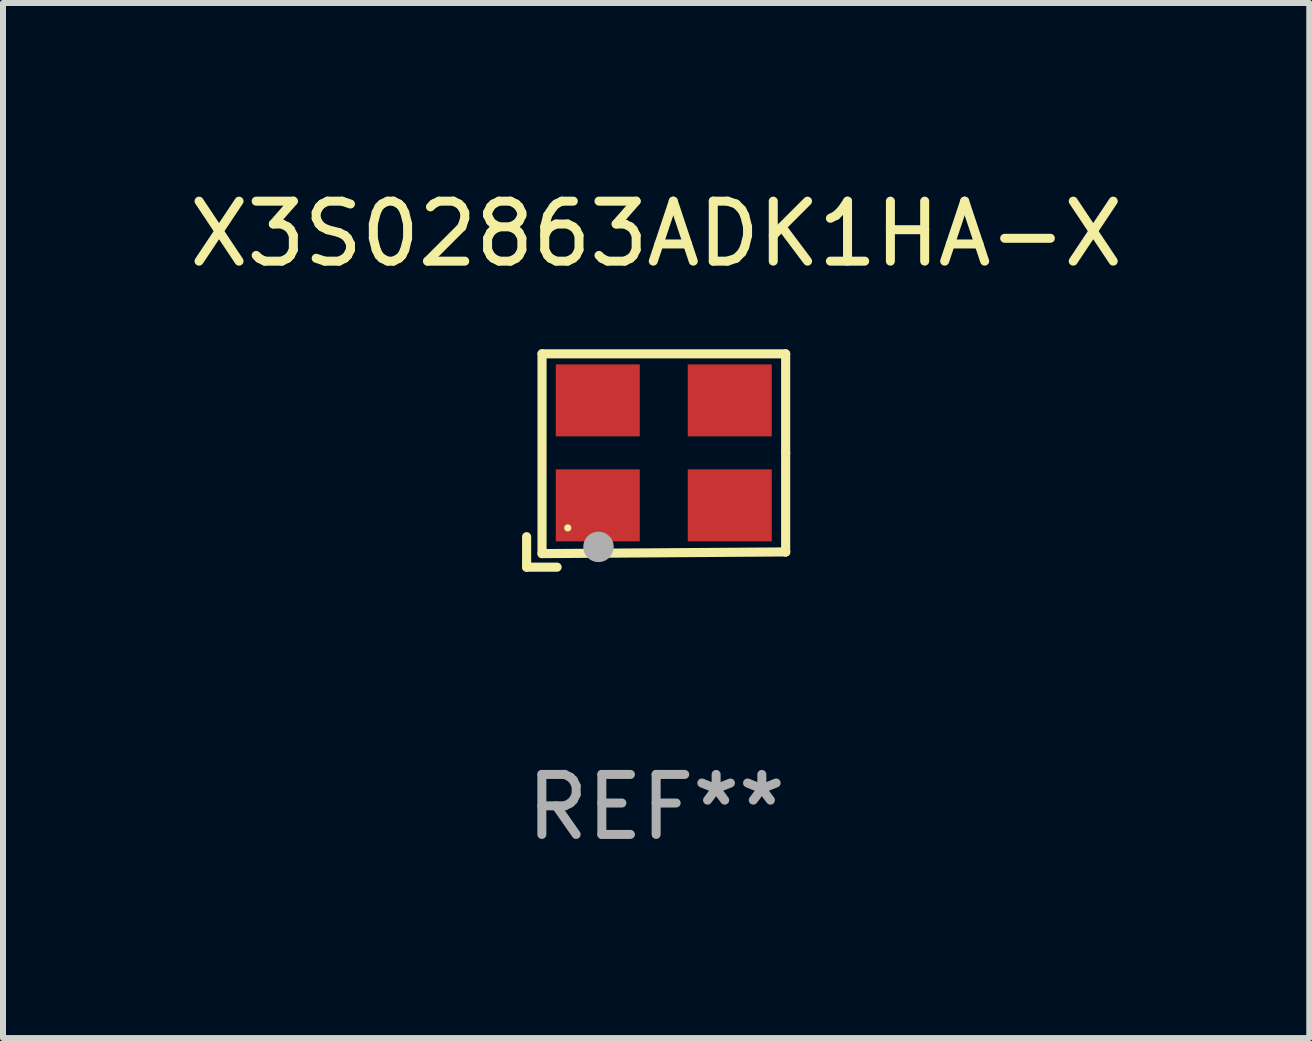
<source format=kicad_pcb>
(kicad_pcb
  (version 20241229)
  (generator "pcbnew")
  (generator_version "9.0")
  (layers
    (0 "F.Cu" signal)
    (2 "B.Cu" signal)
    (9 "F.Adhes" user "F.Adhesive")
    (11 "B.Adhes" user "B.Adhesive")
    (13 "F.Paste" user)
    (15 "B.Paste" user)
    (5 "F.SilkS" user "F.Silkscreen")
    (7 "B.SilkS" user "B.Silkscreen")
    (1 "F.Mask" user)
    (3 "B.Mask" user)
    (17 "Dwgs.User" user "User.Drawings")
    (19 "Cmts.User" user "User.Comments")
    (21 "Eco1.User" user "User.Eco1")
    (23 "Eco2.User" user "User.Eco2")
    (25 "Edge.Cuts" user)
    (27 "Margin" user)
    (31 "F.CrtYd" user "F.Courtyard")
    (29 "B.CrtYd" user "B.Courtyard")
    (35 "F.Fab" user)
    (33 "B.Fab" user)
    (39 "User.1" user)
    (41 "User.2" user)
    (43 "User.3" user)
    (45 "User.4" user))
  (footprint "X3S02863ADK1HA-X"
    (layer "F.Cu")
    (at 7.887 4.626)
    (property "Reference" "X3S02863ADK1HA-X" (at 0 -3.778 0) (layer "F.SilkS") (effects (font (size 1 1) (thickness 0.15))))
    (attr through_hole)
    (fp_line (start -2.159 1.27) (end -2.159 1.778) (stroke (width 0.152) (type solid)) (layer "F.SilkS"))
    (fp_line (start -2.159 1.778) (end -1.651 1.778) (stroke (width 0.152) (type solid)) (layer "F.SilkS"))
    (fp_line (start -1.902 -1.778) (end 2.159 -1.778) (stroke (width 0.152) (type solid)) (layer "F.SilkS"))
    (fp_line (start -1.902 1.552) (end -1.902 -1.778) (stroke (width 0.152) (type solid)) (layer "F.SilkS"))
    (fp_line (start 2.159 -1.778) (end 2.159 -0.127) (stroke (width 0.152) (type solid)) (layer "F.SilkS"))
    (fp_line (start 2.159 -0.127) (end 2.159 1.524) (stroke (width 0.152) (type solid)) (layer "F.SilkS"))
    (fp_line (start 2.159 1.524) (end -1.902 1.552) (stroke (width 0.152) (type solid)) (layer "F.SilkS"))
    (fp_line (start 2.159 1.524) (end 2.159 1.524) (stroke (width 0.152) (type solid)) (layer "F.SilkS"))
    (fp_circle (center -1.473 1.123) (end -1.443 1.123) (stroke (width 0.06) (type solid)) (fill no) (layer "F.SilkS"))
    (fp_circle (center -0.961 1.44) (end -0.834 1.44) (stroke (width 0.254) (type solid)) (fill no) (layer "F.Fab"))
    (fp_text user "REF**" (at 0 5.778 0) (layer "F.Fab") (effects (font (size 1 1) (thickness 0.15))))
    (pad "1" smd rect (at -0.973 0.748) (size 1.4 1.2) (layers "F.Cu" "F.Mask" "F.Paste"))
    (pad "2" smd rect (at 1.227 0.748) (size 1.4 1.2) (layers "F.Cu" "F.Mask" "F.Paste"))
    (pad "3" smd rect (at 1.227 -1.002) (size 1.4 1.2) (layers "F.Cu" "F.Mask" "F.Paste"))
    (pad "4" smd rect (at -0.973 -1.002) (size 1.4 1.2) (layers "F.Cu" "F.Mask" "F.Paste")))
  (gr_rect
    (start -3 -3)
    (end 18.774 14.253)
    (stroke (width 0.1) (type default))
    (fill no)
    (layer "Edge.Cuts")))
</source>
